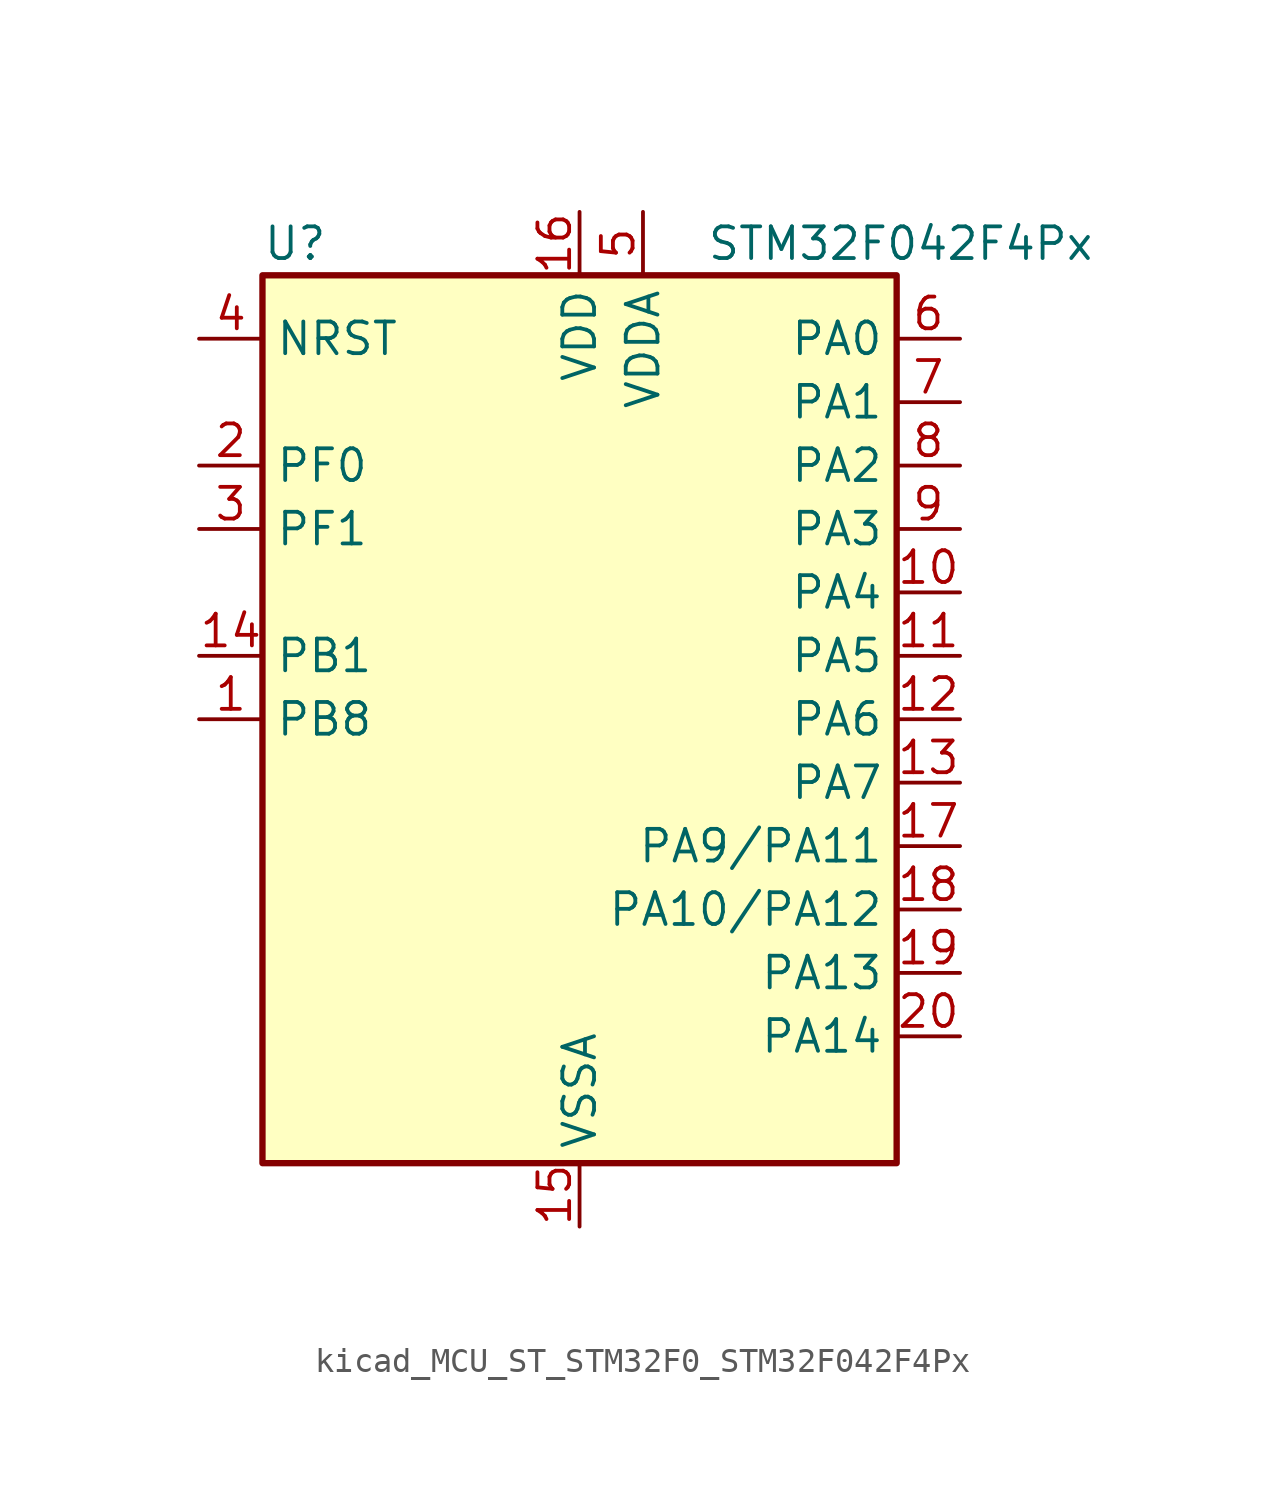
<source format=kicad_sym>
(kicad_symbol_lib
  (version 20220914)
  (generator kicad_symbol_editor)
  (symbol "kicad_MCU_ST_STM32F0_STM32F042F4Px"
    (property "Reference" "U"
      (at -12.7 19.05 0)
      (effects (font (size 1.27 1.27)) (justify left)))
    (property "Value" "STM32F042F4Px"
      (at 5.08 19.05 0)
      (effects (font (size 1.27 1.27)) (justify left)))
    (property "ki_locked" ""
      (at 0 0 0)
      (effects (font (size 1.27 1.27))))
    (symbol "kicad_MCU_ST_STM32F0_STM32F042F4Px_0_1"
      (rectangle (start -12.7 -17.78) (end 12.7 17.78) (stroke (width 0.254) (type default)) (fill (type background))))
    (symbol "kicad_MCU_ST_STM32F0_STM32F042F4Px_1_1"
      (pin bidirectional line (at -15.24 0 0) (length 2.54) (name "PB8" (effects (font (size 1.27 1.27)))) (number "1" (effects (font (size 1.27 1.27)))) (alternate "CAN_RX" bidirectional line) (alternate "CEC" bidirectional line) (alternate "I2C1_SCL" bidirectional line) (alternate "TIM16_CH1" bidirectional line) (alternate "TSC_SYNC" bidirectional line))
      (pin bidirectional line (at 15.24 5.08 180) (length 2.54) (name "PA4" (effects (font (size 1.27 1.27)))) (number "10" (effects (font (size 1.27 1.27)))) (alternate "ADC_IN4" bidirectional line) (alternate "I2S1_WS" bidirectional line) (alternate "SPI1_NSS" bidirectional line) (alternate "TIM14_CH1" bidirectional line) (alternate "TSC_G2_IO1" bidirectional line) (alternate "USART2_CK" bidirectional line) (alternate "USB_NOE" bidirectional line))
      (pin bidirectional line (at 15.24 2.54 180) (length 2.54) (name "PA5" (effects (font (size 1.27 1.27)))) (number "11" (effects (font (size 1.27 1.27)))) (alternate "ADC_IN5" bidirectional line) (alternate "CEC" bidirectional line) (alternate "I2S1_CK" bidirectional line) (alternate "SPI1_SCK" bidirectional line) (alternate "TIM2_CH1" bidirectional line) (alternate "TIM2_ETR" bidirectional line) (alternate "TSC_G2_IO2" bidirectional line))
      (pin bidirectional line (at 15.24 0 180) (length 2.54) (name "PA6" (effects (font (size 1.27 1.27)))) (number "12" (effects (font (size 1.27 1.27)))) (alternate "ADC_IN6" bidirectional line) (alternate "I2S1_MCK" bidirectional line) (alternate "SPI1_MISO" bidirectional line) (alternate "TIM16_CH1" bidirectional line) (alternate "TIM1_BKIN" bidirectional line) (alternate "TIM3_CH1" bidirectional line) (alternate "TSC_G2_IO3" bidirectional line))
      (pin bidirectional line (at 15.24 -2.54 180) (length 2.54) (name "PA7" (effects (font (size 1.27 1.27)))) (number "13" (effects (font (size 1.27 1.27)))) (alternate "ADC_IN7" bidirectional line) (alternate "I2S1_SD" bidirectional line) (alternate "SPI1_MOSI" bidirectional line) (alternate "TIM14_CH1" bidirectional line) (alternate "TIM17_CH1" bidirectional line) (alternate "TIM1_CH1N" bidirectional line) (alternate "TIM3_CH2" bidirectional line) (alternate "TSC_G2_IO4" bidirectional line))
      (pin bidirectional line (at -15.24 2.54 0) (length 2.54) (name "PB1" (effects (font (size 1.27 1.27)))) (number "14" (effects (font (size 1.27 1.27)))) (alternate "ADC_IN9" bidirectional line) (alternate "TIM14_CH1" bidirectional line) (alternate "TIM1_CH3N" bidirectional line) (alternate "TIM3_CH4" bidirectional line))
      (pin power_in line (at 0 -20.32 90) (length 2.54) (name "VSSA" (effects (font (size 1.27 1.27)))) (number "15" (effects (font (size 1.27 1.27)))))
      (pin power_in line (at 0 20.32 270) (length 2.54) (name "VDD" (effects (font (size 1.27 1.27)))) (number "16" (effects (font (size 1.27 1.27)))))
      (pin bidirectional line (at 15.24 -5.08 180) (length 2.54) (name "PA9/PA11" (effects (font (size 1.27 1.27)))) (number "17" (effects (font (size 1.27 1.27)))) (alternate "I2C1_SCL" bidirectional line) (alternate "TIM1_CH2" bidirectional line) (alternate "TSC_G4_IO1" bidirectional line) (alternate "USART1_TX" bidirectional line))
      (pin bidirectional line (at 15.24 -7.62 180) (length 2.54) (name "PA10/PA12" (effects (font (size 1.27 1.27)))) (number "18" (effects (font (size 1.27 1.27)))) (alternate "I2C1_SDA" bidirectional line) (alternate "TIM17_BKIN" bidirectional line) (alternate "TIM1_CH3" bidirectional line) (alternate "TSC_G4_IO2" bidirectional line) (alternate "USART1_RX" bidirectional line))
      (pin bidirectional line (at 15.24 -10.16 180) (length 2.54) (name "PA13" (effects (font (size 1.27 1.27)))) (number "19" (effects (font (size 1.27 1.27)))) (alternate "IR_OUT" bidirectional line) (alternate "SYS_SWDIO" bidirectional line) (alternate "USB_NOE" bidirectional line))
      (pin bidirectional line (at -15.24 10.16 0) (length 2.54) (name "PF0" (effects (font (size 1.27 1.27)))) (number "2" (effects (font (size 1.27 1.27)))) (alternate "CRS_SYNC" bidirectional line) (alternate "I2C1_SDA" bidirectional line) (alternate "RCC_OSC_IN" bidirectional line))
      (pin bidirectional line (at 15.24 -12.7 180) (length 2.54) (name "PA14" (effects (font (size 1.27 1.27)))) (number "20" (effects (font (size 1.27 1.27)))) (alternate "SYS_SWCLK" bidirectional line) (alternate "USART2_TX" bidirectional line))
      (pin bidirectional line (at -15.24 7.62 0) (length 2.54) (name "PF1" (effects (font (size 1.27 1.27)))) (number "3" (effects (font (size 1.27 1.27)))) (alternate "I2C1_SCL" bidirectional line) (alternate "RCC_OSC_OUT" bidirectional line))
      (pin input line (at -15.24 15.24 0) (length 2.54) (name "NRST" (effects (font (size 1.27 1.27)))) (number "4" (effects (font (size 1.27 1.27)))))
      (pin power_in line (at 2.54 20.32 270) (length 2.54) (name "VDDA" (effects (font (size 1.27 1.27)))) (number "5" (effects (font (size 1.27 1.27)))))
      (pin bidirectional line (at 15.24 15.24 180) (length 2.54) (name "PA0" (effects (font (size 1.27 1.27)))) (number "6" (effects (font (size 1.27 1.27)))) (alternate "ADC_IN0" bidirectional line) (alternate "RTC_TAMP2" bidirectional line) (alternate "SYS_WKUP1" bidirectional line) (alternate "TIM2_CH1" bidirectional line) (alternate "TIM2_ETR" bidirectional line) (alternate "TSC_G1_IO1" bidirectional line) (alternate "USART2_CTS" bidirectional line))
      (pin bidirectional line (at 15.24 12.7 180) (length 2.54) (name "PA1" (effects (font (size 1.27 1.27)))) (number "7" (effects (font (size 1.27 1.27)))) (alternate "ADC_IN1" bidirectional line) (alternate "TIM2_CH2" bidirectional line) (alternate "TSC_G1_IO2" bidirectional line) (alternate "USART2_DE" bidirectional line) (alternate "USART2_RTS" bidirectional line))
      (pin bidirectional line (at 15.24 10.16 180) (length 2.54) (name "PA2" (effects (font (size 1.27 1.27)))) (number "8" (effects (font (size 1.27 1.27)))) (alternate "ADC_IN2" bidirectional line) (alternate "SYS_WKUP4" bidirectional line) (alternate "TIM2_CH3" bidirectional line) (alternate "TSC_G1_IO3" bidirectional line) (alternate "USART2_TX" bidirectional line))
      (pin bidirectional line (at 15.24 7.62 180) (length 2.54) (name "PA3" (effects (font (size 1.27 1.27)))) (number "9" (effects (font (size 1.27 1.27)))) (alternate "ADC_IN3" bidirectional line) (alternate "TIM2_CH4" bidirectional line) (alternate "TSC_G1_IO4" bidirectional line) (alternate "USART2_RX" bidirectional line)))))
</source>
